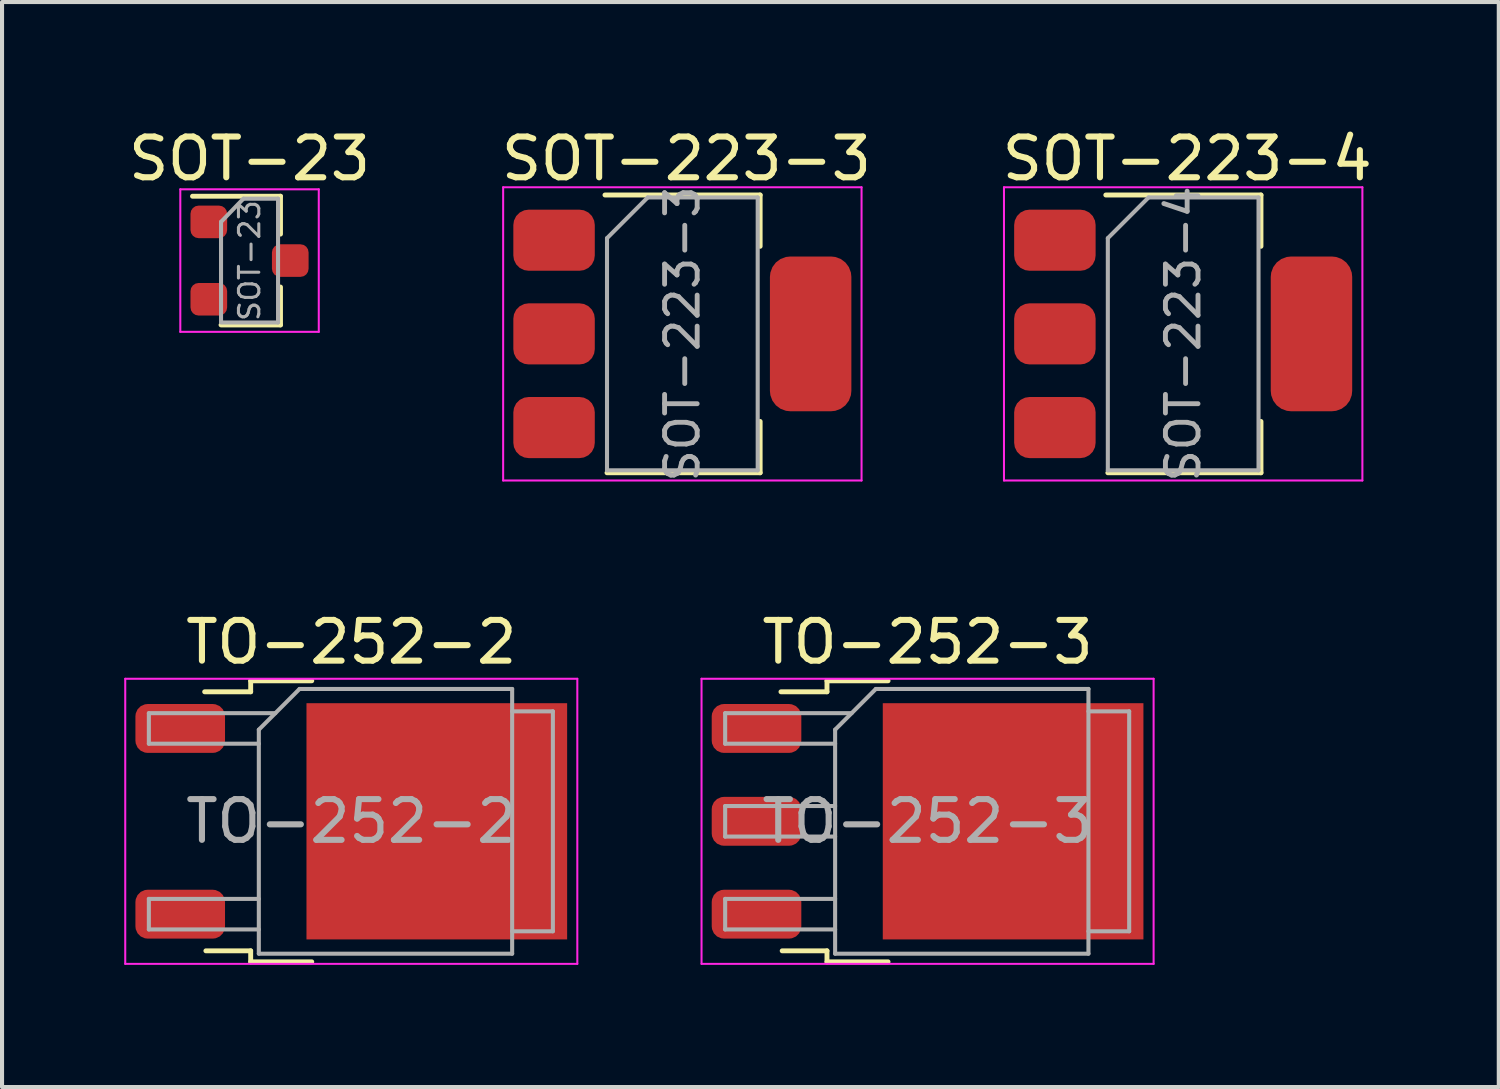
<source format=kicad_pcb>
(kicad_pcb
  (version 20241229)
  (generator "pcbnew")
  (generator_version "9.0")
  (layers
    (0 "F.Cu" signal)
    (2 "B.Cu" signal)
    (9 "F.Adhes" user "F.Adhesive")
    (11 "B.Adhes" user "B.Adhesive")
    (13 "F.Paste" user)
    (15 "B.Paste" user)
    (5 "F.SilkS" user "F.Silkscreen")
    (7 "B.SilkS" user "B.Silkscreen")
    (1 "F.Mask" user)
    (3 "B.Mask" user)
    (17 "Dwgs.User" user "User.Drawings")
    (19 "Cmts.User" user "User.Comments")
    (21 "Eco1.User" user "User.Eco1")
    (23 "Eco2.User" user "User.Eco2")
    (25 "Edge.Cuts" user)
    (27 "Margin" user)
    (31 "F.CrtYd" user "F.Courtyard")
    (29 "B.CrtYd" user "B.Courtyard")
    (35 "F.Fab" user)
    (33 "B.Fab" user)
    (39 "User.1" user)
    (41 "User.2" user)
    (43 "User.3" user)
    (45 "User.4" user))
  (footprint "TO-252-2"
    (layer "F.Cu")
    (at 5.575 17.116)
    (property "Reference" "TO-252-2" (at 0 -4.4 0) (layer "F.SilkS") (effects (font (size 1 1) (thickness 0.15))))
    (attr smd)
    (fp_line (start -2.47 -3.45) (end -2.47 -3.18) (stroke (width 0.12) (type solid)) (layer "F.SilkS"))
    (fp_line (start -2.47 -3.18) (end -3.6 -3.18) (stroke (width 0.12) (type solid)) (layer "F.SilkS"))
    (fp_line (start -2.47 3.18) (end -3.57 3.18) (stroke (width 0.12) (type solid)) (layer "F.SilkS"))
    (fp_line (start -2.47 3.45) (end -2.47 3.18) (stroke (width 0.12) (type solid)) (layer "F.SilkS"))
    (fp_line (start -0.97 -3.45) (end -2.47 -3.45) (stroke (width 0.12) (type solid)) (layer "F.SilkS"))
    (fp_line (start -0.97 3.45) (end -2.47 3.45) (stroke (width 0.12) (type solid)) (layer "F.SilkS"))
    (fp_line (start -5.55 -3.5) (end -5.55 3.5) (stroke (width 0.05) (type solid)) (layer "F.CrtYd"))
    (fp_line (start -5.55 3.5) (end 5.55 3.5) (stroke (width 0.05) (type solid)) (layer "F.CrtYd"))
    (fp_line (start 5.55 -3.5) (end -5.55 -3.5) (stroke (width 0.05) (type solid)) (layer "F.CrtYd"))
    (fp_line (start 5.55 3.5) (end 5.55 -3.5) (stroke (width 0.05) (type solid)) (layer "F.CrtYd"))
    (fp_line (start -4.97 -2.655) (end -4.97 -1.905) (stroke (width 0.1) (type solid)) (layer "F.Fab"))
    (fp_line (start -4.97 -1.905) (end -2.27 -1.905) (stroke (width 0.1) (type solid)) (layer "F.Fab"))
    (fp_line (start -4.97 1.905) (end -4.97 2.655) (stroke (width 0.1) (type solid)) (layer "F.Fab"))
    (fp_line (start -4.97 2.655) (end -2.27 2.655) (stroke (width 0.1) (type solid)) (layer "F.Fab"))
    (fp_line (start -2.27 -2.25) (end -1.27 -3.25) (stroke (width 0.1) (type solid)) (layer "F.Fab"))
    (fp_line (start -2.27 1.905) (end -4.97 1.905) (stroke (width 0.1) (type solid)) (layer "F.Fab"))
    (fp_line (start -2.27 3.25) (end -2.27 -2.25) (stroke (width 0.1) (type solid)) (layer "F.Fab"))
    (fp_line (start -1.865 -2.655) (end -4.97 -2.655) (stroke (width 0.1) (type solid)) (layer "F.Fab"))
    (fp_line (start -1.27 -3.25) (end 3.95 -3.25) (stroke (width 0.1) (type solid)) (layer "F.Fab"))
    (fp_line (start 3.95 -3.25) (end 3.95 3.25) (stroke (width 0.1) (type solid)) (layer "F.Fab"))
    (fp_line (start 3.95 -2.7) (end 4.95 -2.7) (stroke (width 0.1) (type solid)) (layer "F.Fab"))
    (fp_line (start 3.95 3.25) (end -2.27 3.25) (stroke (width 0.1) (type solid)) (layer "F.Fab"))
    (fp_line (start 4.95 -2.7) (end 4.95 2.7) (stroke (width 0.1) (type solid)) (layer "F.Fab"))
    (fp_line (start 4.95 2.7) (end 3.95 2.7) (stroke (width 0.1) (type solid)) (layer "F.Fab"))
    (fp_text user "${REFERENCE}" (at 0 0 0) (layer "F.Fab") (effects (font (size 1 1) (thickness 0.15))))
    (pad "" smd rect (at 0.425 -1.525) (size 3.05 2.75) (layers "F.Paste"))
    (pad "" smd rect (at 0.425 1.525) (size 3.05 2.75) (layers "F.Paste"))
    (pad "" smd rect (at 3.775 -1.525) (size 3.05 2.75) (layers "F.Paste"))
    (pad "" smd rect (at 3.775 1.525) (size 3.05 2.75) (layers "F.Paste"))
    (pad "1" smd roundrect (at -4.2 -2.28) (size 2.2 1.2) (layers "F.Cu" "F.Mask" "F.Paste") (roundrect_rratio 0.25))
    (pad "2" smd rect (at 2.1 0) (size 6.4 5.8) (layers "F.Cu" "F.Mask"))
    (pad "3" smd roundrect (at -4.2 2.28) (size 2.2 1.2) (layers "F.Cu" "F.Mask" "F.Paste") (roundrect_rratio 0.25)))
  (footprint "SOT-223-3"
    (layer "F.Cu")
    (at 13.704 5.148)
    (property "Reference" "SOT-223-3" (at 0.1 -4.3 0) (layer "F.SilkS") (effects (font (size 1 1) (thickness 0.15))))
    (attr smd)
    (fp_line (start -1.9 -3.41) (end 1.91 -3.41) (stroke (width 0.12) (type solid)) (layer "F.SilkS"))
    (fp_line (start -1.85 3.41) (end 1.91 3.41) (stroke (width 0.12) (type solid)) (layer "F.SilkS"))
    (fp_line (start 1.91 -3.41) (end 1.91 -2.15) (stroke (width 0.12) (type solid)) (layer "F.SilkS"))
    (fp_line (start 1.91 3.41) (end 1.91 2.15) (stroke (width 0.12) (type solid)) (layer "F.SilkS"))
    (fp_line (start -4.4 -3.6) (end -4.4 3.6) (stroke (width 0.05) (type solid)) (layer "F.CrtYd"))
    (fp_line (start -4.4 3.6) (end 4.4 3.6) (stroke (width 0.05) (type solid)) (layer "F.CrtYd"))
    (fp_line (start 4.4 -3.6) (end -4.4 -3.6) (stroke (width 0.05) (type solid)) (layer "F.CrtYd"))
    (fp_line (start 4.4 3.6) (end 4.4 -3.6) (stroke (width 0.05) (type solid)) (layer "F.CrtYd"))
    (fp_line (start -1.85 -2.35) (end -1.85 3.35) (stroke (width 0.1) (type solid)) (layer "F.Fab"))
    (fp_line (start -1.85 -2.35) (end -0.85 -3.35) (stroke (width 0.1) (type solid)) (layer "F.Fab"))
    (fp_line (start -1.85 3.35) (end 1.85 3.35) (stroke (width 0.1) (type solid)) (layer "F.Fab"))
    (fp_line (start -0.85 -3.35) (end 1.85 -3.35) (stroke (width 0.1) (type solid)) (layer "F.Fab"))
    (fp_line (start 1.85 -3.35) (end 1.85 3.35) (stroke (width 0.1) (type solid)) (layer "F.Fab"))
    (fp_text user "${REFERENCE}" (at 0 0 90) (layer "F.Fab") (effects (font (size 0.8 0.8) (thickness 0.12))))
    (pad "1" smd roundrect (at -3.15 -2.3) (size 2 1.5) (layers "F.Cu" "F.Mask" "F.Paste") (roundrect_rratio 0.25))
    (pad "2" smd roundrect (at -3.15 0) (size 2 1.5) (layers "F.Cu" "F.Mask" "F.Paste") (roundrect_rratio 0.25))
    (pad "2" smd roundrect (at 3.15 0) (size 2 3.8) (layers "F.Cu" "F.Mask" "F.Paste") (roundrect_rratio 0.25))
    (pad "3" smd roundrect (at -3.15 2.3) (size 2 1.5) (layers "F.Cu" "F.Mask" "F.Paste") (roundrect_rratio 0.25)))
  (footprint "TO-252-3"
    (layer "F.Cu")
    (at 19.725 17.116)
    (property "Reference" "TO-252-3" (at 0 -4.4 0) (layer "F.SilkS") (effects (font (size 1 1) (thickness 0.15))))
    (attr smd)
    (fp_line (start -2.47 -3.45) (end -2.47 -3.18) (stroke (width 0.12) (type solid)) (layer "F.SilkS"))
    (fp_line (start -2.47 -3.18) (end -3.6 -3.18) (stroke (width 0.12) (type solid)) (layer "F.SilkS"))
    (fp_line (start -2.47 3.18) (end -3.57 3.18) (stroke (width 0.12) (type solid)) (layer "F.SilkS"))
    (fp_line (start -2.47 3.45) (end -2.47 3.18) (stroke (width 0.12) (type solid)) (layer "F.SilkS"))
    (fp_line (start -0.97 -3.45) (end -2.47 -3.45) (stroke (width 0.12) (type solid)) (layer "F.SilkS"))
    (fp_line (start -0.97 3.45) (end -2.47 3.45) (stroke (width 0.12) (type solid)) (layer "F.SilkS"))
    (fp_line (start -5.55 -3.5) (end -5.55 3.5) (stroke (width 0.05) (type solid)) (layer "F.CrtYd"))
    (fp_line (start -5.55 3.5) (end 5.55 3.5) (stroke (width 0.05) (type solid)) (layer "F.CrtYd"))
    (fp_line (start 5.55 -3.5) (end -5.55 -3.5) (stroke (width 0.05) (type solid)) (layer "F.CrtYd"))
    (fp_line (start 5.55 3.5) (end 5.55 -3.5) (stroke (width 0.05) (type solid)) (layer "F.CrtYd"))
    (fp_line (start -4.97 -2.655) (end -4.97 -1.905) (stroke (width 0.1) (type solid)) (layer "F.Fab"))
    (fp_line (start -4.97 -1.905) (end -2.27 -1.905) (stroke (width 0.1) (type solid)) (layer "F.Fab"))
    (fp_line (start -4.97 -0.375) (end -4.97 0.375) (stroke (width 0.1) (type solid)) (layer "F.Fab"))
    (fp_line (start -4.97 0.375) (end -2.27 0.375) (stroke (width 0.1) (type solid)) (layer "F.Fab"))
    (fp_line (start -4.97 1.905) (end -4.97 2.655) (stroke (width 0.1) (type solid)) (layer "F.Fab"))
    (fp_line (start -4.97 2.655) (end -2.27 2.655) (stroke (width 0.1) (type solid)) (layer "F.Fab"))
    (fp_line (start -2.27 -2.25) (end -1.27 -3.25) (stroke (width 0.1) (type solid)) (layer "F.Fab"))
    (fp_line (start -2.27 -0.375) (end -4.97 -0.375) (stroke (width 0.1) (type solid)) (layer "F.Fab"))
    (fp_line (start -2.27 1.905) (end -4.97 1.905) (stroke (width 0.1) (type solid)) (layer "F.Fab"))
    (fp_line (start -2.27 3.25) (end -2.27 -2.25) (stroke (width 0.1) (type solid)) (layer "F.Fab"))
    (fp_line (start -1.865 -2.655) (end -4.97 -2.655) (stroke (width 0.1) (type solid)) (layer "F.Fab"))
    (fp_line (start -1.27 -3.25) (end 3.95 -3.25) (stroke (width 0.1) (type solid)) (layer "F.Fab"))
    (fp_line (start 3.95 -3.25) (end 3.95 3.25) (stroke (width 0.1) (type solid)) (layer "F.Fab"))
    (fp_line (start 3.95 -2.7) (end 4.95 -2.7) (stroke (width 0.1) (type solid)) (layer "F.Fab"))
    (fp_line (start 3.95 3.25) (end -2.27 3.25) (stroke (width 0.1) (type solid)) (layer "F.Fab"))
    (fp_line (start 4.95 -2.7) (end 4.95 2.7) (stroke (width 0.1) (type solid)) (layer "F.Fab"))
    (fp_line (start 4.95 2.7) (end 3.95 2.7) (stroke (width 0.1) (type solid)) (layer "F.Fab"))
    (fp_text user "${REFERENCE}" (at 0 0 0) (layer "F.Fab") (effects (font (size 1 1) (thickness 0.15))))
    (pad "" smd rect (at 0.425 -1.525) (size 3.05 2.75) (layers "F.Paste"))
    (pad "" smd rect (at 0.425 1.525) (size 3.05 2.75) (layers "F.Paste"))
    (pad "" smd rect (at 3.775 -1.525) (size 3.05 2.75) (layers "F.Paste"))
    (pad "" smd rect (at 3.775 1.525) (size 3.05 2.75) (layers "F.Paste"))
    (pad "1" smd roundrect (at -4.2 -2.28) (size 2.2 1.2) (layers "F.Cu" "F.Mask" "F.Paste") (roundrect_rratio 0.25))
    (pad "2" smd roundrect (at -4.2 0) (size 2.2 1.2) (layers "F.Cu" "F.Mask" "F.Paste") (roundrect_rratio 0.25))
    (pad "3" smd roundrect (at -4.2 2.28) (size 2.2 1.2) (layers "F.Cu" "F.Mask" "F.Paste") (roundrect_rratio 0.25))
    (pad "4" smd rect (at 2.1 0) (size 6.4 5.8) (layers "F.Cu" "F.Mask")))
  (footprint "SOT-223-4"
    (layer "F.Cu")
    (at 26.001 5.148)
    (property "Reference" "SOT-223-4" (at 0.1 -4.3 0) (layer "F.SilkS") (effects (font (size 1 1) (thickness 0.15))))
    (attr smd)
    (fp_line (start -1.9 -3.41) (end 1.91 -3.41) (stroke (width 0.12) (type solid)) (layer "F.SilkS"))
    (fp_line (start -1.85 3.41) (end 1.91 3.41) (stroke (width 0.12) (type solid)) (layer "F.SilkS"))
    (fp_line (start 1.91 -3.41) (end 1.91 -2.15) (stroke (width 0.12) (type solid)) (layer "F.SilkS"))
    (fp_line (start 1.91 3.41) (end 1.91 2.15) (stroke (width 0.12) (type solid)) (layer "F.SilkS"))
    (fp_line (start -4.4 -3.6) (end -4.4 3.6) (stroke (width 0.05) (type solid)) (layer "F.CrtYd"))
    (fp_line (start -4.4 3.6) (end 4.4 3.6) (stroke (width 0.05) (type solid)) (layer "F.CrtYd"))
    (fp_line (start 4.4 -3.6) (end -4.4 -3.6) (stroke (width 0.05) (type solid)) (layer "F.CrtYd"))
    (fp_line (start 4.4 3.6) (end 4.4 -3.6) (stroke (width 0.05) (type solid)) (layer "F.CrtYd"))
    (fp_line (start -1.85 -2.35) (end -1.85 3.35) (stroke (width 0.1) (type solid)) (layer "F.Fab"))
    (fp_line (start -1.85 -2.35) (end -0.85 -3.35) (stroke (width 0.1) (type solid)) (layer "F.Fab"))
    (fp_line (start -1.85 3.35) (end 1.85 3.35) (stroke (width 0.1) (type solid)) (layer "F.Fab"))
    (fp_line (start -0.85 -3.35) (end 1.85 -3.35) (stroke (width 0.1) (type solid)) (layer "F.Fab"))
    (fp_line (start 1.85 -3.35) (end 1.85 3.35) (stroke (width 0.1) (type solid)) (layer "F.Fab"))
    (fp_text user "${REFERENCE}" (at 0 0 90) (layer "F.Fab") (effects (font (size 0.8 0.8) (thickness 0.12))))
    (pad "1" smd roundrect (at -3.15 -2.3) (size 2 1.5) (layers "F.Cu" "F.Mask" "F.Paste") (roundrect_rratio 0.25))
    (pad "2" smd roundrect (at -3.15 0) (size 2 1.5) (layers "F.Cu" "F.Mask" "F.Paste") (roundrect_rratio 0.25))
    (pad "3" smd roundrect (at -3.15 2.3) (size 2 1.5) (layers "F.Cu" "F.Mask" "F.Paste") (roundrect_rratio 0.25))
    (pad "4" smd roundrect (at 3.15 0) (size 2 3.8) (layers "F.Cu" "F.Mask" "F.Paste") (roundrect_rratio 0.25)))
  (footprint "SOT-23"
    (layer "F.Cu")
    (at 3.077 3.348)
    (property "Reference" "SOT-23" (at 0 -2.5 0) (layer "F.SilkS") (effects (font (size 1 1) (thickness 0.15))))
    (attr smd)
    (fp_line (start 0.76 -1.58) (end -1.4 -1.58) (stroke (width 0.12) (type solid)) (layer "F.SilkS"))
    (fp_line (start 0.76 -1.58) (end 0.76 -0.65) (stroke (width 0.12) (type solid)) (layer "F.SilkS"))
    (fp_line (start 0.76 1.58) (end -0.7 1.58) (stroke (width 0.12) (type solid)) (layer "F.SilkS"))
    (fp_line (start 0.76 1.58) (end 0.76 0.65) (stroke (width 0.12) (type solid)) (layer "F.SilkS"))
    (fp_line (start -1.7 -1.75) (end 1.7 -1.75) (stroke (width 0.05) (type solid)) (layer "F.CrtYd"))
    (fp_line (start -1.7 1.75) (end -1.7 -1.75) (stroke (width 0.05) (type solid)) (layer "F.CrtYd"))
    (fp_line (start 1.7 -1.75) (end 1.7 1.75) (stroke (width 0.05) (type solid)) (layer "F.CrtYd"))
    (fp_line (start 1.7 1.75) (end -1.7 1.75) (stroke (width 0.05) (type solid)) (layer "F.CrtYd"))
    (fp_line (start -0.7 -0.95) (end -0.7 1.5) (stroke (width 0.1) (type solid)) (layer "F.Fab"))
    (fp_line (start -0.7 -0.95) (end -0.15 -1.52) (stroke (width 0.1) (type solid)) (layer "F.Fab"))
    (fp_line (start -0.7 1.52) (end 0.7 1.52) (stroke (width 0.1) (type solid)) (layer "F.Fab"))
    (fp_line (start -0.15 -1.52) (end 0.7 -1.52) (stroke (width 0.1) (type solid)) (layer "F.Fab"))
    (fp_line (start 0.7 -1.52) (end 0.7 1.52) (stroke (width 0.1) (type solid)) (layer "F.Fab"))
    (fp_text user "${REFERENCE}" (at 0 0 90) (layer "F.Fab") (effects (font (size 0.5 0.5) (thickness 0.075))))
    (pad "1" smd roundrect (at -1 -0.95) (size 0.9 0.8) (layers "F.Cu" "F.Mask" "F.Paste") (roundrect_rratio 0.25))
    (pad "2" smd roundrect (at -1 0.95) (size 0.9 0.8) (layers "F.Cu" "F.Mask" "F.Paste") (roundrect_rratio 0.25))
    (pad "3" smd roundrect (at 1 0) (size 0.9 0.8) (layers "F.Cu" "F.Mask" "F.Paste") (roundrect_rratio 0.25)))
  (gr_rect
    (start -3 -3)
    (end 33.75 23.641)
    (stroke (width 0.1) (type default))
    (fill no)
    (layer "Edge.Cuts")))
</source>
